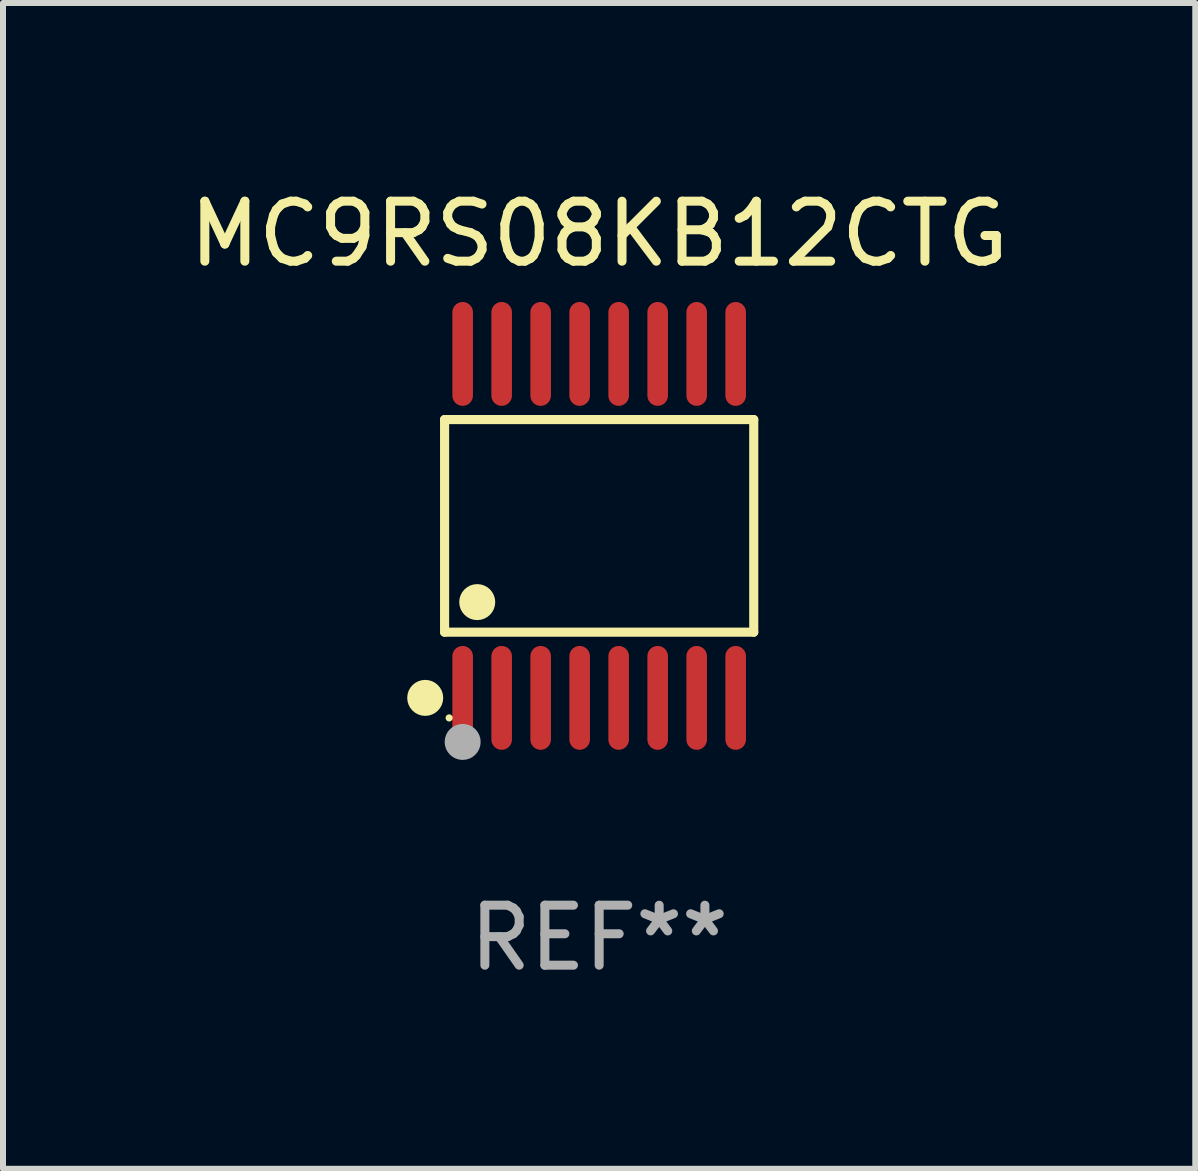
<source format=kicad_pcb>
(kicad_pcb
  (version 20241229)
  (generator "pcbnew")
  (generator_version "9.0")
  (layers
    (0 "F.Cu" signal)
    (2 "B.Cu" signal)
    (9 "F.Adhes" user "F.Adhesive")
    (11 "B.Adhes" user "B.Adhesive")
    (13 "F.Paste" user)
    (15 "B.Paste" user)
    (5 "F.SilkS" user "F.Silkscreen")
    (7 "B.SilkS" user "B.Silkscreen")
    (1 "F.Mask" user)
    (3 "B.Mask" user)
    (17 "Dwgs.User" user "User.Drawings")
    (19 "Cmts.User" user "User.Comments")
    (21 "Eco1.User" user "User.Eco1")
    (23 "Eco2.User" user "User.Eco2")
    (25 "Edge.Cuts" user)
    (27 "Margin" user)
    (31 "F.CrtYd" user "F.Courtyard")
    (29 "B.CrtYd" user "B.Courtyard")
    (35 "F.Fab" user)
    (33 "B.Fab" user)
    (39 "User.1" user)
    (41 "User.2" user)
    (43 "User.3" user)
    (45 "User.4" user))
  (footprint "MC9RS08KB12CTG"
    (layer "F.Cu")
    (at 6.935 5.714)
    (property "Reference" "MC9RS08KB12CTG" (at 0 -4.866 0) (layer "F.SilkS") (effects (font (size 1 1) (thickness 0.15))))
    (attr through_hole)
    (fp_line (start -2.576 -1.772) (end 2.576 -1.772) (stroke (width 0.152) (type solid)) (layer "F.SilkS"))
    (fp_line (start -2.576 1.771) (end -2.576 -1.772) (stroke (width 0.152) (type solid)) (layer "F.SilkS"))
    (fp_line (start 2.576 -1.772) (end 2.576 1.771) (stroke (width 0.152) (type solid)) (layer "F.SilkS"))
    (fp_line (start 2.576 1.771) (end -2.576 1.771) (stroke (width 0.152) (type solid)) (layer "F.SilkS"))
    (fp_circle (center -2.899 2.866) (end -2.749 2.866) (stroke (width 0.3) (type solid)) (fill no) (layer "F.SilkS"))
    (fp_circle (center -2.5 3.2) (end -2.47 3.2) (stroke (width 0.06) (type solid)) (fill no) (layer "F.SilkS"))
    (fp_circle (center -2.032 1.27) (end -1.882 1.27) (stroke (width 0.3) (type solid)) (fill no) (layer "F.SilkS"))
    (fp_circle (center -2.275 3.6) (end -2.125 3.6) (stroke (width 0.3) (type solid)) (fill no) (layer "F.Fab"))
    (fp_text user "REF**" (at 0 6.866 0) (layer "F.Fab") (effects (font (size 1 1) (thickness 0.15))))
    (pad "1" smd oval (at -2.275 2.866) (size 0.343 1.731) (layers "F.Cu" "F.Mask" "F.Paste"))
    (pad "2" smd oval (at -1.625 2.866) (size 0.343 1.731) (layers "F.Cu" "F.Mask" "F.Paste"))
    (pad "3" smd oval (at -0.975 2.866) (size 0.343 1.731) (layers "F.Cu" "F.Mask" "F.Paste"))
    (pad "4" smd oval (at -0.325 2.866) (size 0.343 1.731) (layers "F.Cu" "F.Mask" "F.Paste"))
    (pad "5" smd oval (at 0.325 2.866) (size 0.343 1.731) (layers "F.Cu" "F.Mask" "F.Paste"))
    (pad "6" smd oval (at 0.975 2.866) (size 0.343 1.731) (layers "F.Cu" "F.Mask" "F.Paste"))
    (pad "7" smd oval (at 1.625 2.866) (size 0.343 1.731) (layers "F.Cu" "F.Mask" "F.Paste"))
    (pad "8" smd oval (at 2.275 2.866) (size 0.343 1.731) (layers "F.Cu" "F.Mask" "F.Paste"))
    (pad "9" smd oval (at 2.275 -2.866) (size 0.343 1.731) (layers "F.Cu" "F.Mask" "F.Paste"))
    (pad "10" smd oval (at 1.625 -2.866) (size 0.343 1.731) (layers "F.Cu" "F.Mask" "F.Paste"))
    (pad "11" smd oval (at 0.975 -2.866) (size 0.343 1.731) (layers "F.Cu" "F.Mask" "F.Paste"))
    (pad "12" smd oval (at 0.325 -2.866) (size 0.343 1.731) (layers "F.Cu" "F.Mask" "F.Paste"))
    (pad "13" smd oval (at -0.325 -2.866) (size 0.343 1.731) (layers "F.Cu" "F.Mask" "F.Paste"))
    (pad "14" smd oval (at -0.975 -2.866) (size 0.343 1.731) (layers "F.Cu" "F.Mask" "F.Paste"))
    (pad "15" smd oval (at -1.625 -2.866) (size 0.343 1.731) (layers "F.Cu" "F.Mask" "F.Paste"))
    (pad "16" smd oval (at -2.275 -2.866) (size 0.343 1.731) (layers "F.Cu" "F.Mask" "F.Paste")))
  (gr_rect
    (start -3 -3)
    (end 16.869 16.428)
    (stroke (width 0.1) (type default))
    (fill no)
    (layer "Edge.Cuts")))
</source>
